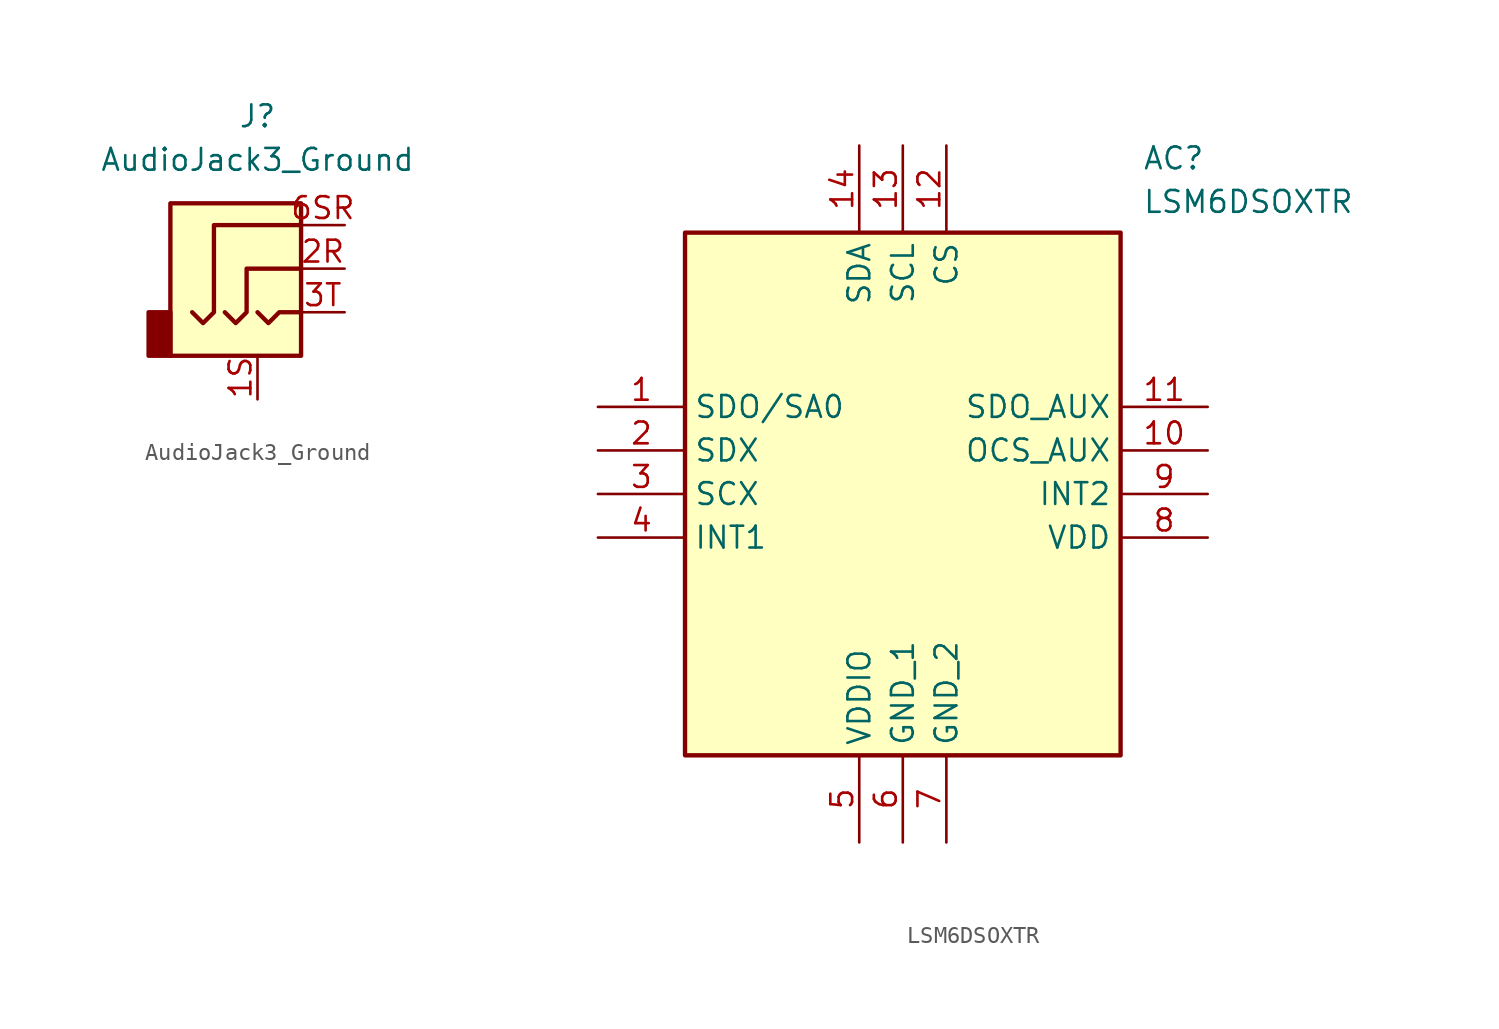
<source format=kicad_sym>
(kicad_symbol_lib
  (version 20220914)
  (generator kicad_symbol_editor)
  (symbol "AudioJack3_Ground"
    (property "Reference" "J"
      (at 0 8.89 0)
      (effects (font (size 1.27 1.27))))
    (property "Value" "AudioJack3_Ground"
      (at 0 6.35 0)
      (effects (font (size 1.27 1.27))))
    (symbol "AudioJack3_Ground_0_1"
      (rectangle (start -5.08 -2.54) (end -6.35 -5.08) (stroke (width 0.254) (type default)) (fill (type outline)))
      (polyline (pts (xy 0 -2.54) (xy 0.635 -3.175) (xy 1.27 -2.54) (xy 2.54 -2.54)) (stroke (width 0.254) (type default)) (fill (type none)))
      (polyline (pts (xy -1.905 -2.54) (xy -1.27 -3.175) (xy -0.635 -2.54) (xy -0.635 0) (xy 2.54 0)) (stroke (width 0.254) (type default)) (fill (type none)))
      (polyline (pts (xy 2.54 2.54) (xy -2.54 2.54) (xy -2.54 -2.54) (xy -3.175 -3.175) (xy -3.81 -2.54)) (stroke (width 0.254) (type default)) (fill (type none)))
      (rectangle (start 2.54 3.81) (end -5.08 -5.08) (stroke (width 0.254) (type default)) (fill (type background))))
    (symbol "AudioJack3_Ground_1_1"
      (pin passive line (at 0 -7.62 90) (length 2.54) (name "~" (effects (font (size 1.27 1.27)))) (number "1S" (effects (font (size 1.27 1.27)))))
      (pin passive line (at 5.08 0 180) (length 2.54) (name "~" (effects (font (size 1.27 1.27)))) (number "2R" (effects (font (size 1.27 1.27)))))
      (pin passive line (at 5.08 -2.54 180) (length 2.54) (name "~" (effects (font (size 1.27 1.27)))) (number "3T" (effects (font (size 1.27 1.27)))))
      (pin passive line (at 5.08 2.54 180) (length 2.54) (name "~" (effects (font (size 1.27 1.27)))) (number "6SR" (effects (font (size 1.27 1.27)))))))
  (symbol "LSM6DSOXTR"
    (property "Reference" "AC"
      (at 31.75 15.24 0)
      (effects (font (size 1.27 1.27)) (justify left top)))
    (property "Value" "LSM6DSOXTR"
      (at 31.75 12.7 0)
      (effects (font (size 1.27 1.27)) (justify left top)))
    (symbol "LSM6DSOXTR_1_1"
      (rectangle (start 5.08 10.16) (end 30.48 -20.32) (stroke (width 0.254) (type default)) (fill (type background)))
      (pin passive line (at 0 0 0) (length 5.08) (name "SDO/SA0" (effects (font (size 1.27 1.27)))) (number "1" (effects (font (size 1.27 1.27)))))
      (pin passive line (at 35.56 -2.54 180) (length 5.08) (name "OCS_AUX" (effects (font (size 1.27 1.27)))) (number "10" (effects (font (size 1.27 1.27)))))
      (pin passive line (at 35.56 0 180) (length 5.08) (name "SDO_AUX" (effects (font (size 1.27 1.27)))) (number "11" (effects (font (size 1.27 1.27)))))
      (pin passive line (at 20.32 15.24 270) (length 5.08) (name "CS" (effects (font (size 1.27 1.27)))) (number "12" (effects (font (size 1.27 1.27)))))
      (pin passive line (at 17.78 15.24 270) (length 5.08) (name "SCL" (effects (font (size 1.27 1.27)))) (number "13" (effects (font (size 1.27 1.27)))))
      (pin passive line (at 15.24 15.24 270) (length 5.08) (name "SDA" (effects (font (size 1.27 1.27)))) (number "14" (effects (font (size 1.27 1.27)))))
      (pin passive line (at 0 -2.54 0) (length 5.08) (name "SDX" (effects (font (size 1.27 1.27)))) (number "2" (effects (font (size 1.27 1.27)))))
      (pin passive line (at 0 -5.08 0) (length 5.08) (name "SCX" (effects (font (size 1.27 1.27)))) (number "3" (effects (font (size 1.27 1.27)))))
      (pin passive line (at 0 -7.62 0) (length 5.08) (name "INT1" (effects (font (size 1.27 1.27)))) (number "4" (effects (font (size 1.27 1.27)))))
      (pin passive line (at 15.24 -25.4 90) (length 5.08) (name "VDDIO" (effects (font (size 1.27 1.27)))) (number "5" (effects (font (size 1.27 1.27)))))
      (pin passive line (at 17.78 -25.4 90) (length 5.08) (name "GND_1" (effects (font (size 1.27 1.27)))) (number "6" (effects (font (size 1.27 1.27)))))
      (pin passive line (at 20.32 -25.4 90) (length 5.08) (name "GND_2" (effects (font (size 1.27 1.27)))) (number "7" (effects (font (size 1.27 1.27)))))
      (pin passive line (at 35.56 -7.62 180) (length 5.08) (name "VDD" (effects (font (size 1.27 1.27)))) (number "8" (effects (font (size 1.27 1.27)))))
      (pin passive line (at 35.56 -5.08 180) (length 5.08) (name "INT2" (effects (font (size 1.27 1.27)))) (number "9" (effects (font (size 1.27 1.27))))))))
</source>
